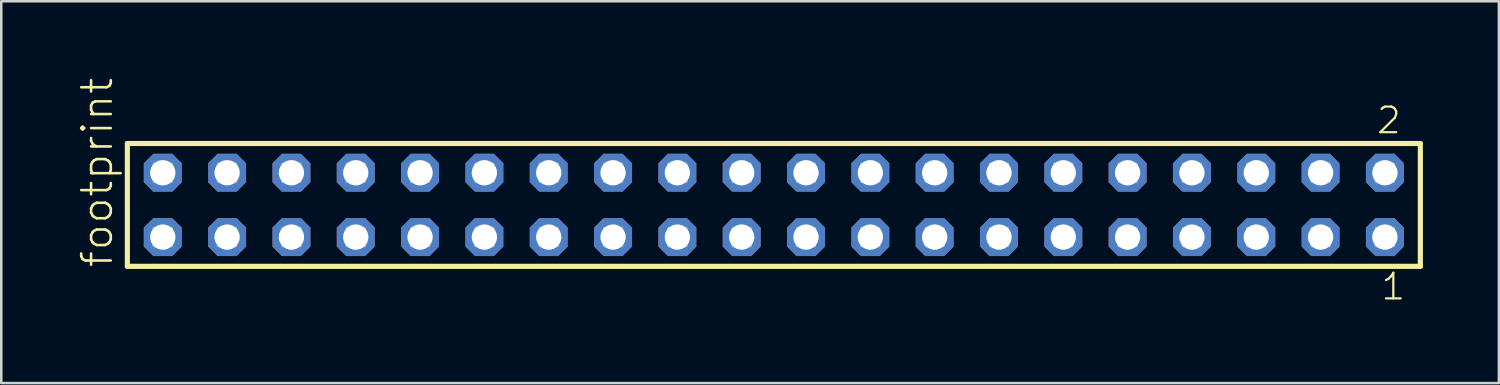
<source format=kicad_pcb>
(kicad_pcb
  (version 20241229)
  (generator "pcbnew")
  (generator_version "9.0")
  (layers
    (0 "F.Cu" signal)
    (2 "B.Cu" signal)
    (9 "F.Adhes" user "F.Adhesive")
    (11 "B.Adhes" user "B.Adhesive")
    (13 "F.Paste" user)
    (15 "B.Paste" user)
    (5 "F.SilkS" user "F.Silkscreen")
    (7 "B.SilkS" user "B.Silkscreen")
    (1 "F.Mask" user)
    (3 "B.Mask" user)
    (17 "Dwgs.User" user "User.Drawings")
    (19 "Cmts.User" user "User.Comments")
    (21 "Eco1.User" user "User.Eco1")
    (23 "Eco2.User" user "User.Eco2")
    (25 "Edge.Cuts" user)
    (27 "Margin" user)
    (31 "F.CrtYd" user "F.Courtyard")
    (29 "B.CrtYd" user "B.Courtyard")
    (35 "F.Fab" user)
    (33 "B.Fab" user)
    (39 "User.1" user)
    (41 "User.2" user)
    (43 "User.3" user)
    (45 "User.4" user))
  (footprint "footprint"
    (layer "F.Cu")
    (at 27.508 5.042)
    (property "Reference" "footprint" (at -26.035 2.54 90) (layer "F.SilkS") (effects (font (size 1.168 1.168) (thickness 0.102)) (justify left bottom)))
    (fp_line (start -25.529 -2.425) (end 25.529 -2.425) (stroke (width 0.203) (type solid)) (layer "F.SilkS"))
    (fp_line (start -25.529 2.425) (end -25.529 -2.425) (stroke (width 0.203) (type solid)) (layer "F.SilkS"))
    (fp_line (start 25.529 -2.425) (end 25.529 2.425) (stroke (width 0.203) (type solid)) (layer "F.SilkS"))
    (fp_line (start 25.529 2.425) (end -25.529 2.425) (stroke (width 0.203) (type solid)) (layer "F.SilkS"))
    (fp_poly (pts (xy -24.48 -0.92) (xy -23.78 -0.92) (xy -23.78 -1.62) (xy -24.48 -1.62)) (stroke (width 0.1) (type solid)) (fill no) (layer "F.Fab"))
    (fp_poly (pts (xy -24.48 1.62) (xy -23.78 1.62) (xy -23.78 0.92) (xy -24.48 0.92)) (stroke (width 0.1) (type solid)) (fill no) (layer "F.Fab"))
    (fp_poly (pts (xy -21.94 -0.92) (xy -21.24 -0.92) (xy -21.24 -1.62) (xy -21.94 -1.62)) (stroke (width 0.1) (type solid)) (fill no) (layer "F.Fab"))
    (fp_poly (pts (xy -21.94 1.62) (xy -21.24 1.62) (xy -21.24 0.92) (xy -21.94 0.92)) (stroke (width 0.1) (type solid)) (fill no) (layer "F.Fab"))
    (fp_poly (pts (xy -19.4 -0.92) (xy -18.7 -0.92) (xy -18.7 -1.62) (xy -19.4 -1.62)) (stroke (width 0.1) (type solid)) (fill no) (layer "F.Fab"))
    (fp_poly (pts (xy -19.4 1.62) (xy -18.7 1.62) (xy -18.7 0.92) (xy -19.4 0.92)) (stroke (width 0.1) (type solid)) (fill no) (layer "F.Fab"))
    (fp_poly (pts (xy -16.86 -0.92) (xy -16.16 -0.92) (xy -16.16 -1.62) (xy -16.86 -1.62)) (stroke (width 0.1) (type solid)) (fill no) (layer "F.Fab"))
    (fp_poly (pts (xy -16.86 1.62) (xy -16.16 1.62) (xy -16.16 0.92) (xy -16.86 0.92)) (stroke (width 0.1) (type solid)) (fill no) (layer "F.Fab"))
    (fp_poly (pts (xy -14.32 -0.92) (xy -13.62 -0.92) (xy -13.62 -1.62) (xy -14.32 -1.62)) (stroke (width 0.1) (type solid)) (fill no) (layer "F.Fab"))
    (fp_poly (pts (xy -14.32 1.62) (xy -13.62 1.62) (xy -13.62 0.92) (xy -14.32 0.92)) (stroke (width 0.1) (type solid)) (fill no) (layer "F.Fab"))
    (fp_poly (pts (xy -11.78 -0.92) (xy -11.08 -0.92) (xy -11.08 -1.62) (xy -11.78 -1.62)) (stroke (width 0.1) (type solid)) (fill no) (layer "F.Fab"))
    (fp_poly (pts (xy -11.78 1.62) (xy -11.08 1.62) (xy -11.08 0.92) (xy -11.78 0.92)) (stroke (width 0.1) (type solid)) (fill no) (layer "F.Fab"))
    (fp_poly (pts (xy -9.24 -0.92) (xy -8.54 -0.92) (xy -8.54 -1.62) (xy -9.24 -1.62)) (stroke (width 0.1) (type solid)) (fill no) (layer "F.Fab"))
    (fp_poly (pts (xy -9.24 1.62) (xy -8.54 1.62) (xy -8.54 0.92) (xy -9.24 0.92)) (stroke (width 0.1) (type solid)) (fill no) (layer "F.Fab"))
    (fp_poly (pts (xy -6.7 -0.92) (xy -6 -0.92) (xy -6 -1.62) (xy -6.7 -1.62)) (stroke (width 0.1) (type solid)) (fill no) (layer "F.Fab"))
    (fp_poly (pts (xy -6.7 1.62) (xy -6 1.62) (xy -6 0.92) (xy -6.7 0.92)) (stroke (width 0.1) (type solid)) (fill no) (layer "F.Fab"))
    (fp_poly (pts (xy -4.16 -0.92) (xy -3.46 -0.92) (xy -3.46 -1.62) (xy -4.16 -1.62)) (stroke (width 0.1) (type solid)) (fill no) (layer "F.Fab"))
    (fp_poly (pts (xy -4.16 1.62) (xy -3.46 1.62) (xy -3.46 0.92) (xy -4.16 0.92)) (stroke (width 0.1) (type solid)) (fill no) (layer "F.Fab"))
    (fp_poly (pts (xy -1.62 -0.92) (xy -0.92 -0.92) (xy -0.92 -1.62) (xy -1.62 -1.62)) (stroke (width 0.1) (type solid)) (fill no) (layer "F.Fab"))
    (fp_poly (pts (xy -1.62 1.62) (xy -0.92 1.62) (xy -0.92 0.92) (xy -1.62 0.92)) (stroke (width 0.1) (type solid)) (fill no) (layer "F.Fab"))
    (fp_poly (pts (xy 0.92 -0.92) (xy 1.62 -0.92) (xy 1.62 -1.62) (xy 0.92 -1.62)) (stroke (width 0.1) (type solid)) (fill no) (layer "F.Fab"))
    (fp_poly (pts (xy 0.92 1.62) (xy 1.62 1.62) (xy 1.62 0.92) (xy 0.92 0.92)) (stroke (width 0.1) (type solid)) (fill no) (layer "F.Fab"))
    (fp_poly (pts (xy 3.46 -0.92) (xy 4.16 -0.92) (xy 4.16 -1.62) (xy 3.46 -1.62)) (stroke (width 0.1) (type solid)) (fill no) (layer "F.Fab"))
    (fp_poly (pts (xy 3.46 1.62) (xy 4.16 1.62) (xy 4.16 0.92) (xy 3.46 0.92)) (stroke (width 0.1) (type solid)) (fill no) (layer "F.Fab"))
    (fp_poly (pts (xy 6 -0.92) (xy 6.7 -0.92) (xy 6.7 -1.62) (xy 6 -1.62)) (stroke (width 0.1) (type solid)) (fill no) (layer "F.Fab"))
    (fp_poly (pts (xy 6 1.62) (xy 6.7 1.62) (xy 6.7 0.92) (xy 6 0.92)) (stroke (width 0.1) (type solid)) (fill no) (layer "F.Fab"))
    (fp_poly (pts (xy 8.54 -0.92) (xy 9.24 -0.92) (xy 9.24 -1.62) (xy 8.54 -1.62)) (stroke (width 0.1) (type solid)) (fill no) (layer "F.Fab"))
    (fp_poly (pts (xy 8.54 1.62) (xy 9.24 1.62) (xy 9.24 0.92) (xy 8.54 0.92)) (stroke (width 0.1) (type solid)) (fill no) (layer "F.Fab"))
    (fp_poly (pts (xy 11.08 -0.92) (xy 11.78 -0.92) (xy 11.78 -1.62) (xy 11.08 -1.62)) (stroke (width 0.1) (type solid)) (fill no) (layer "F.Fab"))
    (fp_poly (pts (xy 11.08 1.62) (xy 11.78 1.62) (xy 11.78 0.92) (xy 11.08 0.92)) (stroke (width 0.1) (type solid)) (fill no) (layer "F.Fab"))
    (fp_poly (pts (xy 13.62 -0.92) (xy 14.32 -0.92) (xy 14.32 -1.62) (xy 13.62 -1.62)) (stroke (width 0.1) (type solid)) (fill no) (layer "F.Fab"))
    (fp_poly (pts (xy 13.62 1.62) (xy 14.32 1.62) (xy 14.32 0.92) (xy 13.62 0.92)) (stroke (width 0.1) (type solid)) (fill no) (layer "F.Fab"))
    (fp_poly (pts (xy 16.16 -0.92) (xy 16.86 -0.92) (xy 16.86 -1.62) (xy 16.16 -1.62)) (stroke (width 0.1) (type solid)) (fill no) (layer "F.Fab"))
    (fp_poly (pts (xy 16.16 1.62) (xy 16.86 1.62) (xy 16.86 0.92) (xy 16.16 0.92)) (stroke (width 0.1) (type solid)) (fill no) (layer "F.Fab"))
    (fp_poly (pts (xy 18.7 -0.92) (xy 19.4 -0.92) (xy 19.4 -1.62) (xy 18.7 -1.62)) (stroke (width 0.1) (type solid)) (fill no) (layer "F.Fab"))
    (fp_poly (pts (xy 18.7 1.62) (xy 19.4 1.62) (xy 19.4 0.92) (xy 18.7 0.92)) (stroke (width 0.1) (type solid)) (fill no) (layer "F.Fab"))
    (fp_poly (pts (xy 21.24 -0.92) (xy 21.94 -0.92) (xy 21.94 -1.62) (xy 21.24 -1.62)) (stroke (width 0.1) (type solid)) (fill no) (layer "F.Fab"))
    (fp_poly (pts (xy 21.24 1.62) (xy 21.94 1.62) (xy 21.94 0.92) (xy 21.24 0.92)) (stroke (width 0.1) (type solid)) (fill no) (layer "F.Fab"))
    (fp_poly (pts (xy 23.78 -0.92) (xy 24.48 -0.92) (xy 24.48 -1.62) (xy 23.78 -1.62)) (stroke (width 0.1) (type solid)) (fill no) (layer "F.Fab"))
    (fp_poly (pts (xy 23.78 1.62) (xy 24.48 1.62) (xy 24.48 0.92) (xy 23.78 0.92)) (stroke (width 0.1) (type solid)) (fill no) (layer "F.Fab"))
    (fp_text user "1" (at 23.922 3.818 0) (layer "F.SilkS") (effects (font (size 1.012 1.012) (thickness 0.088)) (justify left bottom)))
    (fp_text user "2" (at 23.747 -2.744 0) (layer "F.SilkS") (effects (font (size 1.012 1.012) (thickness 0.088)) (justify left bottom)))
    (pad "1" thru_hole roundrect (at 24.13 1.27 180) (size 1.5 1.5) (drill 1) (layers "*.Cu" "*.Mask") (roundrect_rratio 0.25) (chamfer_ratio 0.25) (chamfer top_left top_right bottom_left bottom_right))
    (pad "2" thru_hole roundrect (at 24.13 -1.27 180) (size 1.5 1.5) (drill 1) (layers "*.Cu" "*.Mask") (roundrect_rratio 0.25) (chamfer_ratio 0.25) (chamfer top_left top_right bottom_left bottom_right))
    (pad "3" thru_hole roundrect (at 21.59 1.27 180) (size 1.5 1.5) (drill 1) (layers "*.Cu" "*.Mask") (roundrect_rratio 0.25) (chamfer_ratio 0.25) (chamfer top_left top_right bottom_left bottom_right))
    (pad "4" thru_hole roundrect (at 21.59 -1.27 180) (size 1.5 1.5) (drill 1) (layers "*.Cu" "*.Mask") (roundrect_rratio 0.25) (chamfer_ratio 0.25) (chamfer top_left top_right bottom_left bottom_right))
    (pad "5" thru_hole roundrect (at 19.05 1.27 180) (size 1.5 1.5) (drill 1) (layers "*.Cu" "*.Mask") (roundrect_rratio 0.25) (chamfer_ratio 0.25) (chamfer top_left top_right bottom_left bottom_right))
    (pad "6" thru_hole roundrect (at 19.05 -1.27 180) (size 1.5 1.5) (drill 1) (layers "*.Cu" "*.Mask") (roundrect_rratio 0.25) (chamfer_ratio 0.25) (chamfer top_left top_right bottom_left bottom_right))
    (pad "7" thru_hole roundrect (at 16.51 1.27 180) (size 1.5 1.5) (drill 1) (layers "*.Cu" "*.Mask") (roundrect_rratio 0.25) (chamfer_ratio 0.25) (chamfer top_left top_right bottom_left bottom_right))
    (pad "8" thru_hole roundrect (at 16.51 -1.27 180) (size 1.5 1.5) (drill 1) (layers "*.Cu" "*.Mask") (roundrect_rratio 0.25) (chamfer_ratio 0.25) (chamfer top_left top_right bottom_left bottom_right))
    (pad "9" thru_hole roundrect (at 13.97 1.27 180) (size 1.5 1.5) (drill 1) (layers "*.Cu" "*.Mask") (roundrect_rratio 0.25) (chamfer_ratio 0.25) (chamfer top_left top_right bottom_left bottom_right))
    (pad "10" thru_hole roundrect (at 13.97 -1.27 180) (size 1.5 1.5) (drill 1) (layers "*.Cu" "*.Mask") (roundrect_rratio 0.25) (chamfer_ratio 0.25) (chamfer top_left top_right bottom_left bottom_right))
    (pad "11" thru_hole roundrect (at 11.43 1.27 180) (size 1.5 1.5) (drill 1) (layers "*.Cu" "*.Mask") (roundrect_rratio 0.25) (chamfer_ratio 0.25) (chamfer top_left top_right bottom_left bottom_right))
    (pad "12" thru_hole roundrect (at 11.43 -1.27 180) (size 1.5 1.5) (drill 1) (layers "*.Cu" "*.Mask") (roundrect_rratio 0.25) (chamfer_ratio 0.25) (chamfer top_left top_right bottom_left bottom_right))
    (pad "13" thru_hole roundrect (at 8.89 1.27 180) (size 1.5 1.5) (drill 1) (layers "*.Cu" "*.Mask") (roundrect_rratio 0.25) (chamfer_ratio 0.25) (chamfer top_left top_right bottom_left bottom_right))
    (pad "14" thru_hole roundrect (at 8.89 -1.27 180) (size 1.5 1.5) (drill 1) (layers "*.Cu" "*.Mask") (roundrect_rratio 0.25) (chamfer_ratio 0.25) (chamfer top_left top_right bottom_left bottom_right))
    (pad "15" thru_hole roundrect (at 6.35 1.27 180) (size 1.5 1.5) (drill 1) (layers "*.Cu" "*.Mask") (roundrect_rratio 0.25) (chamfer_ratio 0.25) (chamfer top_left top_right bottom_left bottom_right))
    (pad "16" thru_hole roundrect (at 6.35 -1.27 180) (size 1.5 1.5) (drill 1) (layers "*.Cu" "*.Mask") (roundrect_rratio 0.25) (chamfer_ratio 0.25) (chamfer top_left top_right bottom_left bottom_right))
    (pad "17" thru_hole roundrect (at 3.81 1.27 180) (size 1.5 1.5) (drill 1) (layers "*.Cu" "*.Mask") (roundrect_rratio 0.25) (chamfer_ratio 0.25) (chamfer top_left top_right bottom_left bottom_right))
    (pad "18" thru_hole roundrect (at 3.81 -1.27 180) (size 1.5 1.5) (drill 1) (layers "*.Cu" "*.Mask") (roundrect_rratio 0.25) (chamfer_ratio 0.25) (chamfer top_left top_right bottom_left bottom_right))
    (pad "19" thru_hole roundrect (at 1.27 1.27 180) (size 1.5 1.5) (drill 1) (layers "*.Cu" "*.Mask") (roundrect_rratio 0.25) (chamfer_ratio 0.25) (chamfer top_left top_right bottom_left bottom_right))
    (pad "20" thru_hole roundrect (at 1.27 -1.27 180) (size 1.5 1.5) (drill 1) (layers "*.Cu" "*.Mask") (roundrect_rratio 0.25) (chamfer_ratio 0.25) (chamfer top_left top_right bottom_left bottom_right))
    (pad "21" thru_hole roundrect (at -1.27 1.27 180) (size 1.5 1.5) (drill 1) (layers "*.Cu" "*.Mask") (roundrect_rratio 0.25) (chamfer_ratio 0.25) (chamfer top_left top_right bottom_left bottom_right))
    (pad "22" thru_hole roundrect (at -1.27 -1.27 180) (size 1.5 1.5) (drill 1) (layers "*.Cu" "*.Mask") (roundrect_rratio 0.25) (chamfer_ratio 0.25) (chamfer top_left top_right bottom_left bottom_right))
    (pad "23" thru_hole roundrect (at -3.81 1.27 180) (size 1.5 1.5) (drill 1) (layers "*.Cu" "*.Mask") (roundrect_rratio 0.25) (chamfer_ratio 0.25) (chamfer top_left top_right bottom_left bottom_right))
    (pad "24" thru_hole roundrect (at -3.81 -1.27 180) (size 1.5 1.5) (drill 1) (layers "*.Cu" "*.Mask") (roundrect_rratio 0.25) (chamfer_ratio 0.25) (chamfer top_left top_right bottom_left bottom_right))
    (pad "25" thru_hole roundrect (at -6.35 1.27 180) (size 1.5 1.5) (drill 1) (layers "*.Cu" "*.Mask") (roundrect_rratio 0.25) (chamfer_ratio 0.25) (chamfer top_left top_right bottom_left bottom_right))
    (pad "26" thru_hole roundrect (at -6.35 -1.27 180) (size 1.5 1.5) (drill 1) (layers "*.Cu" "*.Mask") (roundrect_rratio 0.25) (chamfer_ratio 0.25) (chamfer top_left top_right bottom_left bottom_right))
    (pad "27" thru_hole roundrect (at -8.89 1.27 180) (size 1.5 1.5) (drill 1) (layers "*.Cu" "*.Mask") (roundrect_rratio 0.25) (chamfer_ratio 0.25) (chamfer top_left top_right bottom_left bottom_right))
    (pad "28" thru_hole roundrect (at -8.89 -1.27 180) (size 1.5 1.5) (drill 1) (layers "*.Cu" "*.Mask") (roundrect_rratio 0.25) (chamfer_ratio 0.25) (chamfer top_left top_right bottom_left bottom_right))
    (pad "29" thru_hole roundrect (at -11.43 1.27 180) (size 1.5 1.5) (drill 1) (layers "*.Cu" "*.Mask") (roundrect_rratio 0.25) (chamfer_ratio 0.25) (chamfer top_left top_right bottom_left bottom_right))
    (pad "30" thru_hole roundrect (at -11.43 -1.27 180) (size 1.5 1.5) (drill 1) (layers "*.Cu" "*.Mask") (roundrect_rratio 0.25) (chamfer_ratio 0.25) (chamfer top_left top_right bottom_left bottom_right))
    (pad "31" thru_hole roundrect (at -13.97 1.27 180) (size 1.5 1.5) (drill 1) (layers "*.Cu" "*.Mask") (roundrect_rratio 0.25) (chamfer_ratio 0.25) (chamfer top_left top_right bottom_left bottom_right))
    (pad "32" thru_hole roundrect (at -13.97 -1.27 180) (size 1.5 1.5) (drill 1) (layers "*.Cu" "*.Mask") (roundrect_rratio 0.25) (chamfer_ratio 0.25) (chamfer top_left top_right bottom_left bottom_right))
    (pad "33" thru_hole roundrect (at -16.51 1.27 180) (size 1.5 1.5) (drill 1) (layers "*.Cu" "*.Mask") (roundrect_rratio 0.25) (chamfer_ratio 0.25) (chamfer top_left top_right bottom_left bottom_right))
    (pad "34" thru_hole roundrect (at -16.51 -1.27 180) (size 1.5 1.5) (drill 1) (layers "*.Cu" "*.Mask") (roundrect_rratio 0.25) (chamfer_ratio 0.25) (chamfer top_left top_right bottom_left bottom_right))
    (pad "35" thru_hole roundrect (at -19.05 1.27 180) (size 1.5 1.5) (drill 1) (layers "*.Cu" "*.Mask") (roundrect_rratio 0.25) (chamfer_ratio 0.25) (chamfer top_left top_right bottom_left bottom_right))
    (pad "36" thru_hole roundrect (at -19.05 -1.27 180) (size 1.5 1.5) (drill 1) (layers "*.Cu" "*.Mask") (roundrect_rratio 0.25) (chamfer_ratio 0.25) (chamfer top_left top_right bottom_left bottom_right))
    (pad "37" thru_hole roundrect (at -21.59 1.27 180) (size 1.5 1.5) (drill 1) (layers "*.Cu" "*.Mask") (roundrect_rratio 0.25) (chamfer_ratio 0.25) (chamfer top_left top_right bottom_left bottom_right))
    (pad "38" thru_hole roundrect (at -21.59 -1.27 180) (size 1.5 1.5) (drill 1) (layers "*.Cu" "*.Mask") (roundrect_rratio 0.25) (chamfer_ratio 0.25) (chamfer top_left top_right bottom_left bottom_right))
    (pad "39" thru_hole roundrect (at -24.13 1.27 180) (size 1.5 1.5) (drill 1) (layers "*.Cu" "*.Mask") (roundrect_rratio 0.25) (chamfer_ratio 0.25) (chamfer top_left top_right bottom_left bottom_right))
    (pad "40" thru_hole roundrect (at -24.13 -1.27 180) (size 1.5 1.5) (drill 1) (layers "*.Cu" "*.Mask") (roundrect_rratio 0.25) (chamfer_ratio 0.25) (chamfer top_left top_right bottom_left bottom_right)))
  (gr_rect
    (start -3 -3)
    (end 56.139 12.077)
    (stroke (width 0.1) (type default))
    (fill no)
    (layer "Edge.Cuts")))
</source>
